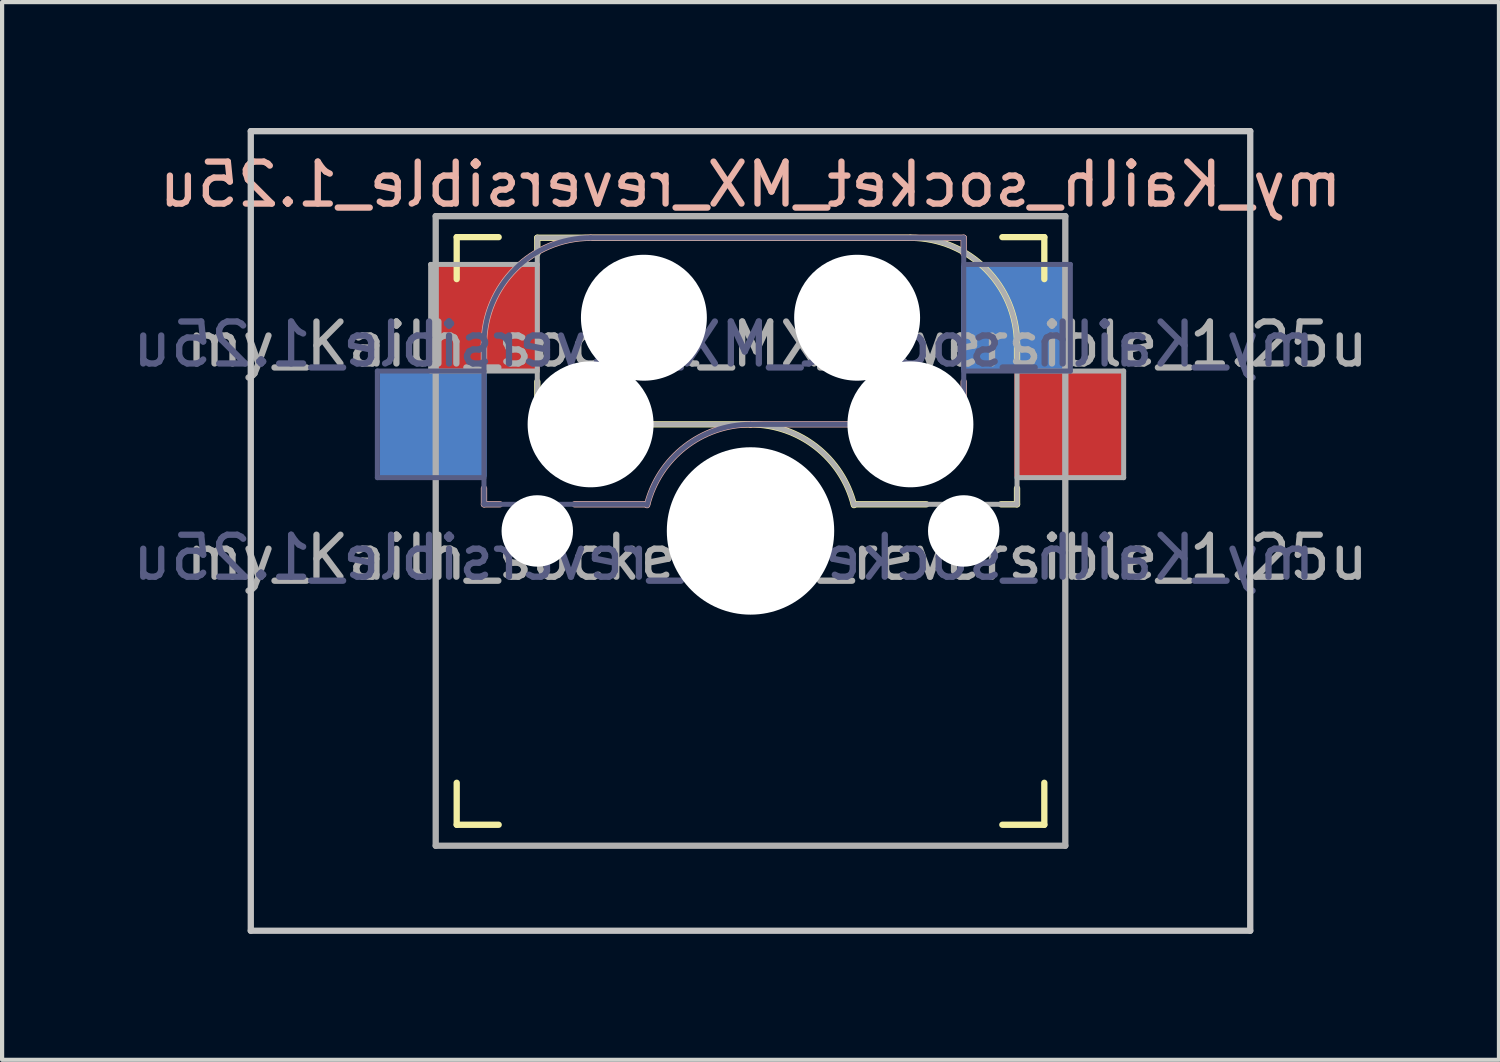
<source format=kicad_pcb>
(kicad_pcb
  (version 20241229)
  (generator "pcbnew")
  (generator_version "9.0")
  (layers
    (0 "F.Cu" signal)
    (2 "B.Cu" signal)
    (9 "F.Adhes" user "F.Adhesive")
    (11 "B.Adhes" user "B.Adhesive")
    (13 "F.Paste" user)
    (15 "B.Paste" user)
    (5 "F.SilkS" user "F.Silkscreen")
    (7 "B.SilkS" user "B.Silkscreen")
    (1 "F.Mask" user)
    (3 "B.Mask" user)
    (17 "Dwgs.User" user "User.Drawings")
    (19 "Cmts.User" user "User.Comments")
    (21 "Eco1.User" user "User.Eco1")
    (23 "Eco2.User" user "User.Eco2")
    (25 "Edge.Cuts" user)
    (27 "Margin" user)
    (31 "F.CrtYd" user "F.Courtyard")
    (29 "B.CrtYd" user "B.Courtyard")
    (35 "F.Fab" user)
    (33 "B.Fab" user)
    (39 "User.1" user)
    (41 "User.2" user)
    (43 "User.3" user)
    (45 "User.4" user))
  (footprint "my_Kailh_socket_MX_reversible_1.25u"
    (layer "F.Cu")
    (at 14.831 9.6)
    (property "Reference" "my_Kailh_socket_MX_reversible_1.25u" (at 0 -8.255 0) (layer "B.SilkS") (effects (font (size 1 1) (thickness 0.15)) (justify mirror)))
    (property "Value" "my_Kailh_socket_MX_reversible_1.25u" (at 0 8.255 0) (layer "F.Fab") (hide yes) (effects (font (size 1 1) (thickness 0.15))))
    (attr smd)
    (fp_line (start -7 -6) (end -7 -7) (stroke (width 0.15) (type solid)) (layer "F.SilkS"))
    (fp_line (start -7 7) (end -7 6) (stroke (width 0.15) (type solid)) (layer "F.SilkS"))
    (fp_line (start -7 7) (end -6 7) (stroke (width 0.15) (type solid)) (layer "F.SilkS"))
    (fp_line (start -6 -7) (end -7 -7) (stroke (width 0.15) (type solid)) (layer "F.SilkS"))
    (fp_line (start -5.08 -6.985) (end -5.08 -6.604) (stroke (width 0.15) (type solid)) (layer "F.SilkS"))
    (fp_line (start -5.08 -3.556) (end -5.08 -2.54) (stroke (width 0.15) (type solid)) (layer "F.SilkS"))
    (fp_line (start -5.08 -2.54) (end 0 -2.54) (stroke (width 0.15) (type solid)) (layer "F.SilkS"))
    (fp_line (start 2.464 -0.635) (end 4.191 -0.635) (stroke (width 0.15) (type solid)) (layer "F.SilkS"))
    (fp_line (start 3.81 -6.985) (end -5.08 -6.985) (stroke (width 0.15) (type solid)) (layer "F.SilkS"))
    (fp_line (start 5.969 -0.635) (end 6.35 -0.635) (stroke (width 0.15) (type solid)) (layer "F.SilkS"))
    (fp_line (start 6 7) (end 7 7) (stroke (width 0.15) (type solid)) (layer "F.SilkS"))
    (fp_line (start 6.35 -4.445) (end 6.35 -4.064) (stroke (width 0.15) (type solid)) (layer "F.SilkS"))
    (fp_line (start 6.35 -1.016) (end 6.35 -0.635) (stroke (width 0.15) (type solid)) (layer "F.SilkS"))
    (fp_line (start 7 -7) (end 6 -7) (stroke (width 0.15) (type solid)) (layer "F.SilkS"))
    (fp_line (start 7 -7) (end 7 -6) (stroke (width 0.15) (type solid)) (layer "F.SilkS"))
    (fp_line (start 7 6) (end 7 7) (stroke (width 0.15) (type solid)) (layer "F.SilkS"))
    (fp_arc (start 0 -2.54) (mid 1.563147 -2.002042) (end 2.464162 -0.61604) (stroke (width 0.15) (type solid)) (layer "F.SilkS"))
    (fp_arc (start 3.81 -6.985) (mid 5.606051 -6.241051) (end 6.35 -4.445) (stroke (width 0.15) (type solid)) (layer "F.SilkS"))
    (fp_line (start -6.35 -4.445) (end -6.35 -4.064) (stroke (width 0.15) (type solid)) (layer "B.SilkS"))
    (fp_line (start -6.35 -1.016) (end -6.35 -0.635) (stroke (width 0.15) (type solid)) (layer "B.SilkS"))
    (fp_line (start -5.969 -0.635) (end -6.35 -0.635) (stroke (width 0.15) (type solid)) (layer "B.SilkS"))
    (fp_line (start -3.81 -6.985) (end 5.08 -6.985) (stroke (width 0.15) (type solid)) (layer "B.SilkS"))
    (fp_line (start -2.464 -0.635) (end -4.191 -0.635) (stroke (width 0.15) (type solid)) (layer "B.SilkS"))
    (fp_line (start 5.08 -6.985) (end 5.08 -6.604) (stroke (width 0.15) (type solid)) (layer "B.SilkS"))
    (fp_line (start 5.08 -3.556) (end 5.08 -2.54) (stroke (width 0.15) (type solid)) (layer "B.SilkS"))
    (fp_line (start 5.08 -2.54) (end 0 -2.54) (stroke (width 0.15) (type solid)) (layer "B.SilkS"))
    (fp_arc (start -6.35 -4.445) (mid -5.606051 -6.241051) (end -3.81 -6.985) (stroke (width 0.15) (type solid)) (layer "B.SilkS"))
    (fp_arc (start -2.464162 -0.61604) (mid -1.563147 -2.002042) (end 0 -2.54) (stroke (width 0.15) (type solid)) (layer "B.SilkS"))
    (fp_line (start -11.906 -9.525) (end -11.906 9.525) (stroke (width 0.15) (type solid)) (layer "Dwgs.User"))
    (fp_line (start -11.906 -9.525) (end 11.906 -9.525) (stroke (width 0.15) (type solid)) (layer "Dwgs.User"))
    (fp_line (start -11.906 9.525) (end 11.906 9.525) (stroke (width 0.15) (type solid)) (layer "Dwgs.User"))
    (fp_line (start 11.906 -9.525) (end 11.906 9.525) (stroke (width 0.15) (type solid)) (layer "Dwgs.User"))
    (fp_line (start -6.9 6.9) (end -6.9 -6.9) (stroke (width 0.15) (type solid)) (layer "Eco2.User"))
    (fp_line (start -6.9 6.9) (end 6.9 6.9) (stroke (width 0.15) (type solid)) (layer "Eco2.User"))
    (fp_line (start 6.9 -6.9) (end -6.9 -6.9) (stroke (width 0.15) (type solid)) (layer "Eco2.User"))
    (fp_line (start 6.9 -6.9) (end 6.9 6.9) (stroke (width 0.15) (type solid)) (layer "Eco2.User"))
    (fp_line (start -8.89 -3.81) (end -6.35 -3.81) (stroke (width 0.12) (type solid)) (layer "B.Fab"))
    (fp_line (start -8.89 -1.27) (end -8.89 -3.81) (stroke (width 0.12) (type solid)) (layer "B.Fab"))
    (fp_line (start -6.35 -1.27) (end -8.89 -1.27) (stroke (width 0.12) (type solid)) (layer "B.Fab"))
    (fp_line (start -6.35 -0.635) (end -6.35 -4.445) (stroke (width 0.12) (type solid)) (layer "B.Fab"))
    (fp_line (start -6.35 -0.635) (end -2.54 -0.635) (stroke (width 0.12) (type solid)) (layer "B.Fab"))
    (fp_line (start -3.81 -6.985) (end 5.08 -6.985) (stroke (width 0.12) (type solid)) (layer "B.Fab"))
    (fp_line (start 5.08 -6.985) (end 5.08 -2.54) (stroke (width 0.12) (type solid)) (layer "B.Fab"))
    (fp_line (start 5.08 -6.35) (end 7.62 -6.35) (stroke (width 0.12) (type solid)) (layer "B.Fab"))
    (fp_line (start 5.08 -2.54) (end 0 -2.54) (stroke (width 0.12) (type solid)) (layer "B.Fab"))
    (fp_line (start 7.62 -6.35) (end 7.62 -3.81) (stroke (width 0.12) (type solid)) (layer "B.Fab"))
    (fp_line (start 7.62 -3.81) (end 5.08 -3.81) (stroke (width 0.12) (type solid)) (layer "B.Fab"))
    (fp_arc (start -6.35 -4.445) (mid -5.606051 -6.241051) (end -3.81 -6.985) (stroke (width 0.12) (type solid)) (layer "B.Fab"))
    (fp_arc (start -2.464162 -0.61604) (mid -1.563147 -2.002042) (end 0 -2.54) (stroke (width 0.12) (type solid)) (layer "B.Fab"))
    (fp_line (start -7.62 -6.35) (end -7.62 -3.81) (stroke (width 0.12) (type solid)) (layer "F.Fab"))
    (fp_line (start -7.62 -3.81) (end -5.08 -3.81) (stroke (width 0.12) (type solid)) (layer "F.Fab"))
    (fp_line (start -7.5 -7.5) (end 7.5 -7.5) (stroke (width 0.15) (type solid)) (layer "F.Fab"))
    (fp_line (start -7.5 7.5) (end -7.5 -7.5) (stroke (width 0.15) (type solid)) (layer "F.Fab"))
    (fp_line (start -5.08 -6.985) (end -5.08 -2.54) (stroke (width 0.12) (type solid)) (layer "F.Fab"))
    (fp_line (start -5.08 -6.35) (end -7.62 -6.35) (stroke (width 0.12) (type solid)) (layer "F.Fab"))
    (fp_line (start -5.08 -2.54) (end 0 -2.54) (stroke (width 0.12) (type solid)) (layer "F.Fab"))
    (fp_line (start 3.81 -6.985) (end -5.08 -6.985) (stroke (width 0.12) (type solid)) (layer "F.Fab"))
    (fp_line (start 6.35 -1.27) (end 8.89 -1.27) (stroke (width 0.12) (type solid)) (layer "F.Fab"))
    (fp_line (start 6.35 -0.635) (end 2.54 -0.635) (stroke (width 0.12) (type solid)) (layer "F.Fab"))
    (fp_line (start 6.35 -0.635) (end 6.35 -4.445) (stroke (width 0.12) (type solid)) (layer "F.Fab"))
    (fp_line (start 7.5 -7.5) (end 7.5 7.5) (stroke (width 0.15) (type solid)) (layer "F.Fab"))
    (fp_line (start 7.5 7.5) (end -7.5 7.5) (stroke (width 0.15) (type solid)) (layer "F.Fab"))
    (fp_line (start 8.89 -3.81) (end 6.35 -3.81) (stroke (width 0.12) (type solid)) (layer "F.Fab"))
    (fp_line (start 8.89 -1.27) (end 8.89 -3.81) (stroke (width 0.12) (type solid)) (layer "F.Fab"))
    (fp_arc (start 0 -2.54) (mid 1.563147 -2.002042) (end 2.464162 -0.61604) (stroke (width 0.12) (type solid)) (layer "F.Fab"))
    (fp_arc (start 3.81 -6.985) (mid 5.606051 -6.241051) (end 6.35 -4.445) (stroke (width 0.12) (type solid)) (layer "F.Fab"))
    (fp_poly (pts (xy 2 8) (xy -2 8) (xy -2 -8) (xy 2 -8)) (stroke (width 0.12) (type solid)) (fill no) (layer "User.8"))
    (fp_poly (pts (xy 7 7) (xy -7 7) (xy -7 -7) (xy 7 -7)) (stroke (width 0.12) (type solid)) (fill no) (layer "User.9"))
    (fp_text user "${VALUE}" (at -0.635 0.635 0) (layer "B.Fab") (effects (font (size 1 1) (thickness 0.15)) (justify mirror)))
    (fp_text user "${REFERENCE}" (at -0.635 -4.445 0) (layer "B.Fab") (effects (font (size 1 1) (thickness 0.15)) (justify mirror)))
    (fp_text user "${REFERENCE}" (at 0.635 -4.445 0) (layer "F.Fab") (effects (font (size 1 1) (thickness 0.15))))
    (fp_text user "${VALUE}" (at 0.635 0.635 0) (layer "F.Fab") (effects (font (size 1 1) (thickness 0.15))))
    (pad "" np_thru_hole circle (at -5.08 0) (size 1.702 1.702) (drill 1.702) (layers "*.Cu" "*.Mask"))
    (pad "" np_thru_hole circle (at -3.81 -2.54) (size 3 3) (drill 3) (layers "*.Cu" "*.Mask"))
    (pad "" np_thru_hole circle (at -2.54 -5.08) (size 3 3) (drill 3) (layers "*.Cu" "*.Mask"))
    (pad "" np_thru_hole circle (at 0 0) (size 3.988 3.988) (drill 3.988) (layers "*.Cu" "*.Mask"))
    (pad "" np_thru_hole circle (at 2.54 -5.08) (size 3 3) (drill 3) (layers "*.Cu" "*.Mask"))
    (pad "" np_thru_hole circle (at 3.81 -2.54) (size 3 3) (drill 3) (layers "*.Cu" "*.Mask"))
    (pad "" np_thru_hole circle (at 5.08 0) (size 1.702 1.702) (drill 1.702) (layers "*.Cu" "*.Mask"))
    (pad "1" smd rect (at 6.29 -5.08) (size 2.55 2.5) (layers "B.Cu" "B.Mask" "B.Paste"))
    (pad "1" smd rect (at 7.56 -2.54) (size 2.55 2.5) (layers "F.Cu" "F.Mask" "F.Paste"))
    (pad "2" smd rect (at -7.56 -2.54) (size 2.55 2.5) (layers "B.Cu" "B.Mask" "B.Paste"))
    (pad "2" smd rect (at -6.29 -5.08) (size 2.55 2.5) (layers "F.Cu" "F.Mask" "F.Paste")))
  (gr_rect
    (start -3 -3)
    (end 32.663 22.2)
    (stroke (width 0.1) (type default))
    (fill no)
    (layer "Edge.Cuts")))
</source>
